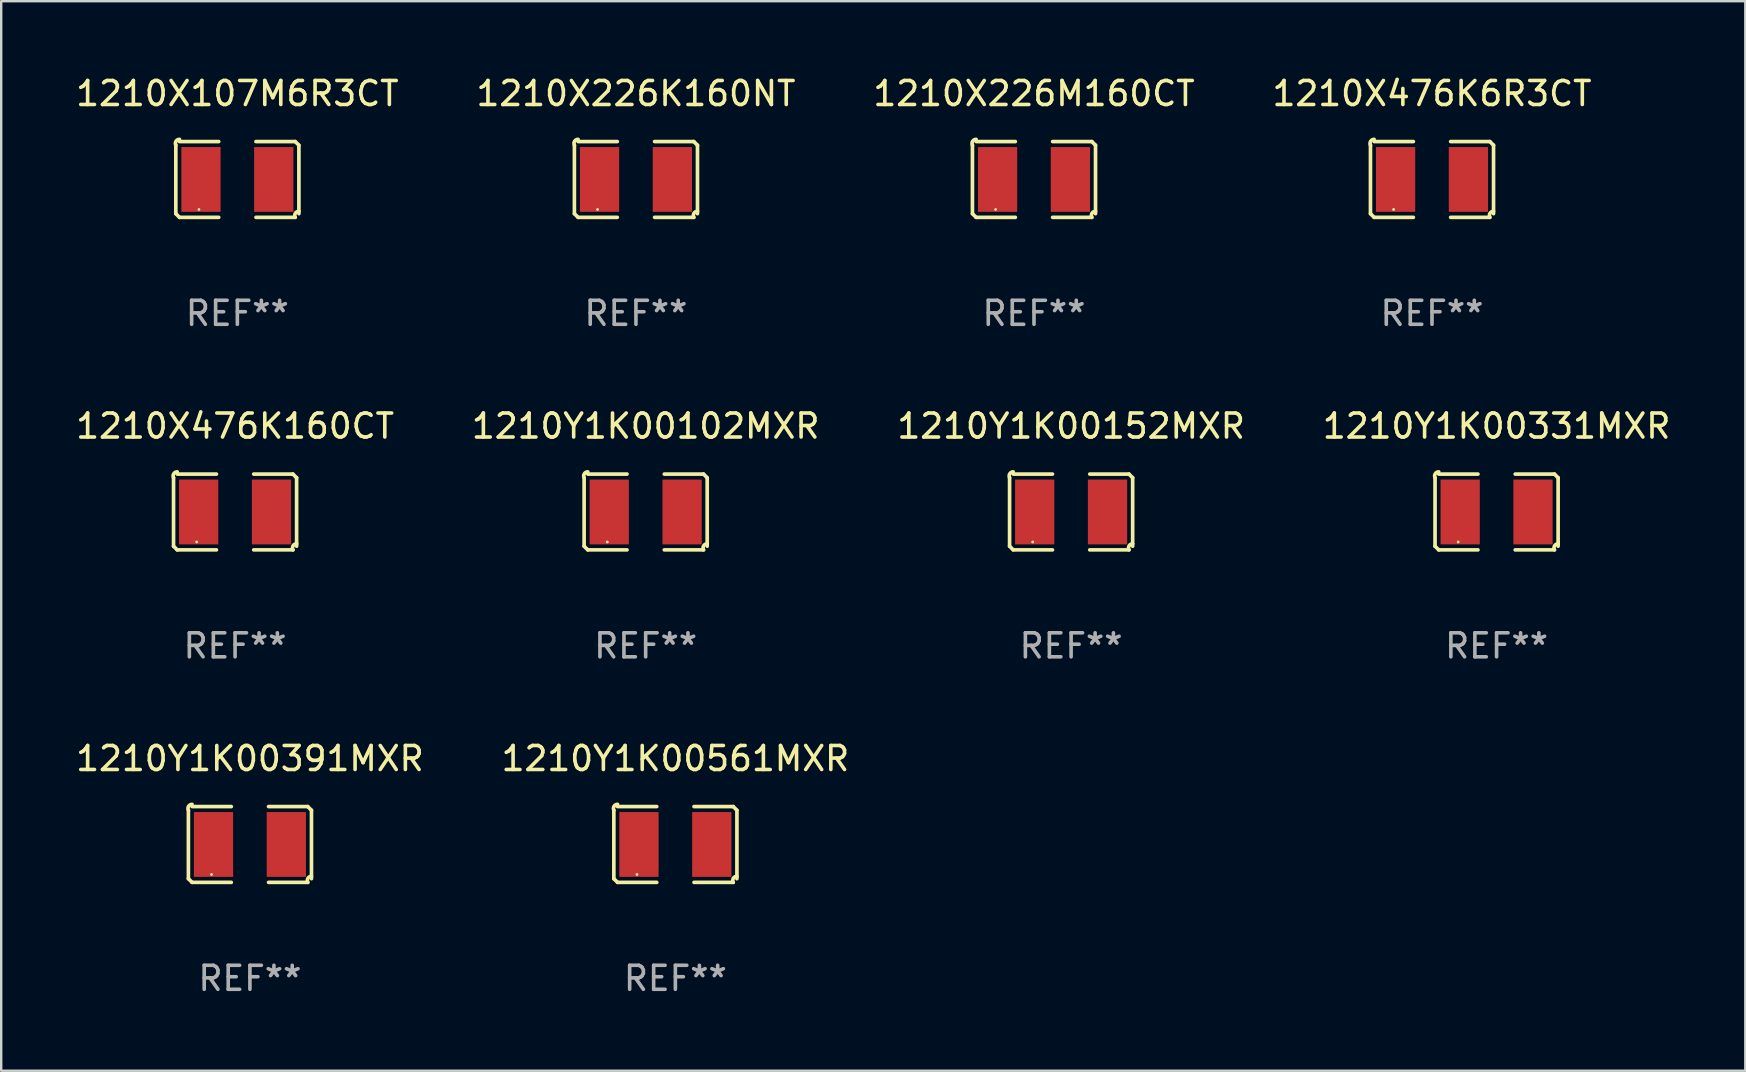
<source format=kicad_pcb>
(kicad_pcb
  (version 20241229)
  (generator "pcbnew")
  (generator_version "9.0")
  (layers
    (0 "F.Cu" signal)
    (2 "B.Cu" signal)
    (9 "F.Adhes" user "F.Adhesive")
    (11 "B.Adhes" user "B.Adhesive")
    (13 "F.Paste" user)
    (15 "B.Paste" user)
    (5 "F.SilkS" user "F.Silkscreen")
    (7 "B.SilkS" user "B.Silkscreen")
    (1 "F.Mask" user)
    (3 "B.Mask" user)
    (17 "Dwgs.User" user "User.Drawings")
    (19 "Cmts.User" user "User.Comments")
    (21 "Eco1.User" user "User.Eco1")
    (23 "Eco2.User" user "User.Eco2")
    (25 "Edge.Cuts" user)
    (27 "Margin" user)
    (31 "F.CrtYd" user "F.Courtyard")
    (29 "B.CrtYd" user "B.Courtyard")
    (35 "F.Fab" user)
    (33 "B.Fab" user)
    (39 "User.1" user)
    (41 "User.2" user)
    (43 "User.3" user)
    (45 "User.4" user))
  (footprint "1210X476K6R3CT"
    (layer "F.Cu")
    (at 56.613 4.427)
    (property "Reference" "1210X476K6R3CT" (at 0 -3.579 0) (layer "F.SilkS") (effects (font (size 1 1) (thickness 0.15))))
    (attr through_hole)
    (fp_line (start -2.564 1.426) (end -2.564 -1.426) (stroke (width 0.152) (type solid)) (layer "F.SilkS"))
    (fp_line (start -2.411 -1.579) (end -0.776 -1.579) (stroke (width 0.152) (type solid)) (layer "F.SilkS"))
    (fp_line (start -0.776 1.579) (end -2.411 1.579) (stroke (width 0.152) (type solid)) (layer "F.SilkS"))
    (fp_line (start 0.776 1.579) (end 2.411 1.579) (stroke (width 0.152) (type solid)) (layer "F.SilkS"))
    (fp_line (start 2.411 -1.579) (end 0.776 -1.579) (stroke (width 0.152) (type solid)) (layer "F.SilkS"))
    (fp_line (start 2.564 1.426) (end 2.564 -1.426) (stroke (width 0.152) (type solid)) (layer "F.SilkS"))
    (fp_arc (start -2.563602 -1.426213) (mid -2.555597 -1.591233) (end -2.411201 -1.671518) (stroke (width 0.1524) (type solid)) (layer "F.SilkS"))
    (fp_arc (start -2.5636 1.426214) (mid -2.487389 1.502402) (end -2.411201 1.578613) (stroke (width 0.1524) (type solid)) (layer "F.SilkS"))
    (fp_arc (start 2.411197 -1.578618) (mid 2.487403 -1.502419) (end 2.563602 -1.426213) (stroke (width 0.1524) (type solid)) (layer "F.SilkS"))
    (fp_arc (start 2.411201 1.578613) (mid 2.416214 1.409455) (end 2.563602 1.32629) (stroke (width 0.1524) (type solid)) (layer "F.SilkS"))
    (fp_circle (center -1.6 1.25) (end -1.57 1.25) (stroke (width 0.06) (type solid)) (fill no) (layer "F.SilkS"))
    (fp_text user "REF**" (at 0 5.579 0) (layer "F.Fab") (effects (font (size 1 1) (thickness 0.15))))
    (pad "1" smd rect (at -1.517 0) (size 1.635 2.7) (layers "F.Cu" "F.Mask" "F.Paste"))
    (pad "2" smd rect (at 1.517 0) (size 1.635 2.7) (layers "F.Cu" "F.Mask" "F.Paste")))
  (footprint "1210Y1K00561MXR"
    (layer "F.Cu")
    (at 25.089 32.134)
    (property "Reference" "1210Y1K00561MXR" (at 0 -3.579 0) (layer "F.SilkS") (effects (font (size 1 1) (thickness 0.15))))
    (attr through_hole)
    (fp_line (start -2.564 1.426) (end -2.564 -1.426) (stroke (width 0.152) (type solid)) (layer "F.SilkS"))
    (fp_line (start -2.411 -1.579) (end -0.776 -1.579) (stroke (width 0.152) (type solid)) (layer "F.SilkS"))
    (fp_line (start -0.776 1.579) (end -2.411 1.579) (stroke (width 0.152) (type solid)) (layer "F.SilkS"))
    (fp_line (start 0.776 1.579) (end 2.411 1.579) (stroke (width 0.152) (type solid)) (layer "F.SilkS"))
    (fp_line (start 2.411 -1.579) (end 0.776 -1.579) (stroke (width 0.152) (type solid)) (layer "F.SilkS"))
    (fp_line (start 2.564 1.426) (end 2.564 -1.426) (stroke (width 0.152) (type solid)) (layer "F.SilkS"))
    (fp_arc (start -2.563602 -1.426213) (mid -2.555597 -1.591233) (end -2.411201 -1.671518) (stroke (width 0.1524) (type solid)) (layer "F.SilkS"))
    (fp_arc (start -2.5636 1.426214) (mid -2.487389 1.502402) (end -2.411201 1.578613) (stroke (width 0.1524) (type solid)) (layer "F.SilkS"))
    (fp_arc (start 2.411197 -1.578618) (mid 2.487403 -1.502419) (end 2.563602 -1.426213) (stroke (width 0.1524) (type solid)) (layer "F.SilkS"))
    (fp_arc (start 2.411201 1.578613) (mid 2.416214 1.409455) (end 2.563602 1.32629) (stroke (width 0.1524) (type solid)) (layer "F.SilkS"))
    (fp_circle (center -1.6 1.25) (end -1.57 1.25) (stroke (width 0.06) (type solid)) (fill no) (layer "F.SilkS"))
    (fp_text user "REF**" (at 0 5.579 0) (layer "F.Fab") (effects (font (size 1 1) (thickness 0.15))))
    (pad "1" smd rect (at -1.517 0) (size 1.635 2.7) (layers "F.Cu" "F.Mask" "F.Paste"))
    (pad "2" smd rect (at 1.517 0) (size 1.635 2.7) (layers "F.Cu" "F.Mask" "F.Paste")))
  (footprint "1210Y1K00331MXR"
    (layer "F.Cu")
    (at 59.304 18.281)
    (property "Reference" "1210Y1K00331MXR" (at 0 -3.579 0) (layer "F.SilkS") (effects (font (size 1 1) (thickness 0.15))))
    (attr through_hole)
    (fp_line (start -2.564 1.426) (end -2.564 -1.426) (stroke (width 0.152) (type solid)) (layer "F.SilkS"))
    (fp_line (start -2.411 -1.579) (end -0.776 -1.579) (stroke (width 0.152) (type solid)) (layer "F.SilkS"))
    (fp_line (start -0.776 1.579) (end -2.411 1.579) (stroke (width 0.152) (type solid)) (layer "F.SilkS"))
    (fp_line (start 0.776 1.579) (end 2.411 1.579) (stroke (width 0.152) (type solid)) (layer "F.SilkS"))
    (fp_line (start 2.411 -1.579) (end 0.776 -1.579) (stroke (width 0.152) (type solid)) (layer "F.SilkS"))
    (fp_line (start 2.564 1.426) (end 2.564 -1.426) (stroke (width 0.152) (type solid)) (layer "F.SilkS"))
    (fp_arc (start -2.563602 -1.426213) (mid -2.555597 -1.591233) (end -2.411201 -1.671518) (stroke (width 0.1524) (type solid)) (layer "F.SilkS"))
    (fp_arc (start -2.5636 1.426214) (mid -2.487389 1.502402) (end -2.411201 1.578613) (stroke (width 0.1524) (type solid)) (layer "F.SilkS"))
    (fp_arc (start 2.411197 -1.578618) (mid 2.487403 -1.502419) (end 2.563602 -1.426213) (stroke (width 0.1524) (type solid)) (layer "F.SilkS"))
    (fp_arc (start 2.411201 1.578613) (mid 2.416214 1.409455) (end 2.563602 1.32629) (stroke (width 0.1524) (type solid)) (layer "F.SilkS"))
    (fp_circle (center -1.6 1.25) (end -1.57 1.25) (stroke (width 0.06) (type solid)) (fill no) (layer "F.SilkS"))
    (fp_text user "REF**" (at 0 5.579 0) (layer "F.Fab") (effects (font (size 1 1) (thickness 0.15))))
    (pad "1" smd rect (at -1.517 0) (size 1.635 2.7) (layers "F.Cu" "F.Mask" "F.Paste"))
    (pad "2" smd rect (at 1.517 0) (size 1.635 2.7) (layers "F.Cu" "F.Mask" "F.Paste")))
  (footprint "1210Y1K00391MXR"
    (layer "F.Cu")
    (at 7.363 32.134)
    (property "Reference" "1210Y1K00391MXR" (at 0 -3.579 0) (layer "F.SilkS") (effects (font (size 1 1) (thickness 0.15))))
    (attr through_hole)
    (fp_line (start -2.564 1.426) (end -2.564 -1.426) (stroke (width 0.152) (type solid)) (layer "F.SilkS"))
    (fp_line (start -2.411 -1.579) (end -0.776 -1.579) (stroke (width 0.152) (type solid)) (layer "F.SilkS"))
    (fp_line (start -0.776 1.579) (end -2.411 1.579) (stroke (width 0.152) (type solid)) (layer "F.SilkS"))
    (fp_line (start 0.776 1.579) (end 2.411 1.579) (stroke (width 0.152) (type solid)) (layer "F.SilkS"))
    (fp_line (start 2.411 -1.579) (end 0.776 -1.579) (stroke (width 0.152) (type solid)) (layer "F.SilkS"))
    (fp_line (start 2.564 1.426) (end 2.564 -1.426) (stroke (width 0.152) (type solid)) (layer "F.SilkS"))
    (fp_arc (start -2.563602 -1.426213) (mid -2.555597 -1.591233) (end -2.411201 -1.671518) (stroke (width 0.1524) (type solid)) (layer "F.SilkS"))
    (fp_arc (start -2.5636 1.426214) (mid -2.487389 1.502402) (end -2.411201 1.578613) (stroke (width 0.1524) (type solid)) (layer "F.SilkS"))
    (fp_arc (start 2.411197 -1.578618) (mid 2.487403 -1.502419) (end 2.563602 -1.426213) (stroke (width 0.1524) (type solid)) (layer "F.SilkS"))
    (fp_arc (start 2.411201 1.578613) (mid 2.416214 1.409455) (end 2.563602 1.32629) (stroke (width 0.1524) (type solid)) (layer "F.SilkS"))
    (fp_circle (center -1.6 1.25) (end -1.57 1.25) (stroke (width 0.06) (type solid)) (fill no) (layer "F.SilkS"))
    (fp_text user "REF**" (at 0 5.579 0) (layer "F.Fab") (effects (font (size 1 1) (thickness 0.15))))
    (pad "1" smd rect (at -1.517 0) (size 1.635 2.7) (layers "F.Cu" "F.Mask" "F.Paste"))
    (pad "2" smd rect (at 1.517 0) (size 1.635 2.7) (layers "F.Cu" "F.Mask" "F.Paste")))
  (footprint "1210Y1K00102MXR"
    (layer "F.Cu")
    (at 23.851 18.281)
    (property "Reference" "1210Y1K00102MXR" (at 0 -3.579 0) (layer "F.SilkS") (effects (font (size 1 1) (thickness 0.15))))
    (attr through_hole)
    (fp_line (start -2.564 1.426) (end -2.564 -1.426) (stroke (width 0.152) (type solid)) (layer "F.SilkS"))
    (fp_line (start -2.411 -1.579) (end -0.776 -1.579) (stroke (width 0.152) (type solid)) (layer "F.SilkS"))
    (fp_line (start -0.776 1.579) (end -2.411 1.579) (stroke (width 0.152) (type solid)) (layer "F.SilkS"))
    (fp_line (start 0.776 1.579) (end 2.411 1.579) (stroke (width 0.152) (type solid)) (layer "F.SilkS"))
    (fp_line (start 2.411 -1.579) (end 0.776 -1.579) (stroke (width 0.152) (type solid)) (layer "F.SilkS"))
    (fp_line (start 2.564 1.426) (end 2.564 -1.426) (stroke (width 0.152) (type solid)) (layer "F.SilkS"))
    (fp_arc (start -2.563602 -1.426213) (mid -2.555597 -1.591233) (end -2.411201 -1.671518) (stroke (width 0.1524) (type solid)) (layer "F.SilkS"))
    (fp_arc (start -2.5636 1.426214) (mid -2.487389 1.502402) (end -2.411201 1.578613) (stroke (width 0.1524) (type solid)) (layer "F.SilkS"))
    (fp_arc (start 2.411197 -1.578618) (mid 2.487403 -1.502419) (end 2.563602 -1.426213) (stroke (width 0.1524) (type solid)) (layer "F.SilkS"))
    (fp_arc (start 2.411201 1.578613) (mid 2.416214 1.409455) (end 2.563602 1.32629) (stroke (width 0.1524) (type solid)) (layer "F.SilkS"))
    (fp_circle (center -1.6 1.25) (end -1.57 1.25) (stroke (width 0.06) (type solid)) (fill no) (layer "F.SilkS"))
    (fp_text user "REF**" (at 0 5.579 0) (layer "F.Fab") (effects (font (size 1 1) (thickness 0.15))))
    (pad "1" smd rect (at -1.517 0) (size 1.635 2.7) (layers "F.Cu" "F.Mask" "F.Paste"))
    (pad "2" smd rect (at 1.517 0) (size 1.635 2.7) (layers "F.Cu" "F.Mask" "F.Paste")))
  (footprint "1210X476K160CT"
    (layer "F.Cu")
    (at 6.744 18.281)
    (property "Reference" "1210X476K160CT" (at 0 -3.579 0) (layer "F.SilkS") (effects (font (size 1 1) (thickness 0.15))))
    (attr through_hole)
    (fp_line (start -2.564 1.426) (end -2.564 -1.426) (stroke (width 0.152) (type solid)) (layer "F.SilkS"))
    (fp_line (start -2.411 -1.579) (end -0.776 -1.579) (stroke (width 0.152) (type solid)) (layer "F.SilkS"))
    (fp_line (start -0.776 1.579) (end -2.411 1.579) (stroke (width 0.152) (type solid)) (layer "F.SilkS"))
    (fp_line (start 0.776 1.579) (end 2.411 1.579) (stroke (width 0.152) (type solid)) (layer "F.SilkS"))
    (fp_line (start 2.411 -1.579) (end 0.776 -1.579) (stroke (width 0.152) (type solid)) (layer "F.SilkS"))
    (fp_line (start 2.564 1.426) (end 2.564 -1.426) (stroke (width 0.152) (type solid)) (layer "F.SilkS"))
    (fp_arc (start -2.563602 -1.426213) (mid -2.555597 -1.591233) (end -2.411201 -1.671518) (stroke (width 0.1524) (type solid)) (layer "F.SilkS"))
    (fp_arc (start -2.5636 1.426214) (mid -2.487389 1.502402) (end -2.411201 1.578613) (stroke (width 0.1524) (type solid)) (layer "F.SilkS"))
    (fp_arc (start 2.411197 -1.578618) (mid 2.487403 -1.502419) (end 2.563602 -1.426213) (stroke (width 0.1524) (type solid)) (layer "F.SilkS"))
    (fp_arc (start 2.411201 1.578613) (mid 2.416214 1.409455) (end 2.563602 1.32629) (stroke (width 0.1524) (type solid)) (layer "F.SilkS"))
    (fp_circle (center -1.6 1.25) (end -1.57 1.25) (stroke (width 0.06) (type solid)) (fill no) (layer "F.SilkS"))
    (fp_text user "REF**" (at 0 5.579 0) (layer "F.Fab") (effects (font (size 1 1) (thickness 0.15))))
    (pad "1" smd rect (at -1.517 0) (size 1.635 2.7) (layers "F.Cu" "F.Mask" "F.Paste"))
    (pad "2" smd rect (at 1.517 0) (size 1.635 2.7) (layers "F.Cu" "F.Mask" "F.Paste")))
  (footprint "1210X107M6R3CT"
    (layer "F.Cu")
    (at 6.839 4.427)
    (property "Reference" "1210X107M6R3CT" (at 0 -3.579 0) (layer "F.SilkS") (effects (font (size 1 1) (thickness 0.15))))
    (attr through_hole)
    (fp_line (start -2.564 1.426) (end -2.564 -1.426) (stroke (width 0.152) (type solid)) (layer "F.SilkS"))
    (fp_line (start -2.411 -1.579) (end -0.776 -1.579) (stroke (width 0.152) (type solid)) (layer "F.SilkS"))
    (fp_line (start -0.776 1.579) (end -2.411 1.579) (stroke (width 0.152) (type solid)) (layer "F.SilkS"))
    (fp_line (start 0.776 1.579) (end 2.411 1.579) (stroke (width 0.152) (type solid)) (layer "F.SilkS"))
    (fp_line (start 2.411 -1.579) (end 0.776 -1.579) (stroke (width 0.152) (type solid)) (layer "F.SilkS"))
    (fp_line (start 2.564 1.426) (end 2.564 -1.426) (stroke (width 0.152) (type solid)) (layer "F.SilkS"))
    (fp_arc (start -2.563602 -1.426213) (mid -2.555597 -1.591233) (end -2.411201 -1.671518) (stroke (width 0.1524) (type solid)) (layer "F.SilkS"))
    (fp_arc (start -2.5636 1.426214) (mid -2.487389 1.502402) (end -2.411201 1.578613) (stroke (width 0.1524) (type solid)) (layer "F.SilkS"))
    (fp_arc (start 2.411197 -1.578618) (mid 2.487403 -1.502419) (end 2.563602 -1.426213) (stroke (width 0.1524) (type solid)) (layer "F.SilkS"))
    (fp_arc (start 2.411201 1.578613) (mid 2.416214 1.409455) (end 2.563602 1.32629) (stroke (width 0.1524) (type solid)) (layer "F.SilkS"))
    (fp_circle (center -1.6 1.25) (end -1.57 1.25) (stroke (width 0.06) (type solid)) (fill no) (layer "F.SilkS"))
    (fp_text user "REF**" (at 0 5.579 0) (layer "F.Fab") (effects (font (size 1 1) (thickness 0.15))))
    (pad "1" smd rect (at -1.517 0) (size 1.635 2.7) (layers "F.Cu" "F.Mask" "F.Paste"))
    (pad "2" smd rect (at 1.517 0) (size 1.635 2.7) (layers "F.Cu" "F.Mask" "F.Paste")))
  (footprint "1210X226K160NT"
    (layer "F.Cu")
    (at 23.446 4.427)
    (property "Reference" "1210X226K160NT" (at 0 -3.579 0) (layer "F.SilkS") (effects (font (size 1 1) (thickness 0.15))))
    (attr through_hole)
    (fp_line (start -2.564 1.426) (end -2.564 -1.426) (stroke (width 0.152) (type solid)) (layer "F.SilkS"))
    (fp_line (start -2.411 -1.579) (end -0.776 -1.579) (stroke (width 0.152) (type solid)) (layer "F.SilkS"))
    (fp_line (start -0.776 1.579) (end -2.411 1.579) (stroke (width 0.152) (type solid)) (layer "F.SilkS"))
    (fp_line (start 0.776 1.579) (end 2.411 1.579) (stroke (width 0.152) (type solid)) (layer "F.SilkS"))
    (fp_line (start 2.411 -1.579) (end 0.776 -1.579) (stroke (width 0.152) (type solid)) (layer "F.SilkS"))
    (fp_line (start 2.564 1.426) (end 2.564 -1.426) (stroke (width 0.152) (type solid)) (layer "F.SilkS"))
    (fp_arc (start -2.563602 -1.426213) (mid -2.555597 -1.591233) (end -2.411201 -1.671518) (stroke (width 0.1524) (type solid)) (layer "F.SilkS"))
    (fp_arc (start -2.5636 1.426214) (mid -2.487389 1.502402) (end -2.411201 1.578613) (stroke (width 0.1524) (type solid)) (layer "F.SilkS"))
    (fp_arc (start 2.411197 -1.578618) (mid 2.487403 -1.502419) (end 2.563602 -1.426213) (stroke (width 0.1524) (type solid)) (layer "F.SilkS"))
    (fp_arc (start 2.411201 1.578613) (mid 2.416214 1.409455) (end 2.563602 1.32629) (stroke (width 0.1524) (type solid)) (layer "F.SilkS"))
    (fp_circle (center -1.6 1.25) (end -1.57 1.25) (stroke (width 0.06) (type solid)) (fill no) (layer "F.SilkS"))
    (fp_text user "REF**" (at 0 5.579 0) (layer "F.Fab") (effects (font (size 1 1) (thickness 0.15))))
    (pad "1" smd rect (at -1.517 0) (size 1.635 2.7) (layers "F.Cu" "F.Mask" "F.Paste"))
    (pad "2" smd rect (at 1.517 0) (size 1.635 2.7) (layers "F.Cu" "F.Mask" "F.Paste")))
  (footprint "1210Y1K00152MXR"
    (layer "F.Cu")
    (at 41.577 18.281)
    (property "Reference" "1210Y1K00152MXR" (at 0 -3.579 0) (layer "F.SilkS") (effects (font (size 1 1) (thickness 0.15))))
    (attr through_hole)
    (fp_line (start -2.564 1.426) (end -2.564 -1.426) (stroke (width 0.152) (type solid)) (layer "F.SilkS"))
    (fp_line (start -2.411 -1.579) (end -0.776 -1.579) (stroke (width 0.152) (type solid)) (layer "F.SilkS"))
    (fp_line (start -0.776 1.579) (end -2.411 1.579) (stroke (width 0.152) (type solid)) (layer "F.SilkS"))
    (fp_line (start 0.776 1.579) (end 2.411 1.579) (stroke (width 0.152) (type solid)) (layer "F.SilkS"))
    (fp_line (start 2.411 -1.579) (end 0.776 -1.579) (stroke (width 0.152) (type solid)) (layer "F.SilkS"))
    (fp_line (start 2.564 1.426) (end 2.564 -1.426) (stroke (width 0.152) (type solid)) (layer "F.SilkS"))
    (fp_arc (start -2.563602 -1.426213) (mid -2.555597 -1.591233) (end -2.411201 -1.671518) (stroke (width 0.1524) (type solid)) (layer "F.SilkS"))
    (fp_arc (start -2.5636 1.426214) (mid -2.487389 1.502402) (end -2.411201 1.578613) (stroke (width 0.1524) (type solid)) (layer "F.SilkS"))
    (fp_arc (start 2.411197 -1.578618) (mid 2.487403 -1.502419) (end 2.563602 -1.426213) (stroke (width 0.1524) (type solid)) (layer "F.SilkS"))
    (fp_arc (start 2.411201 1.578613) (mid 2.416214 1.409455) (end 2.563602 1.32629) (stroke (width 0.1524) (type solid)) (layer "F.SilkS"))
    (fp_circle (center -1.6 1.25) (end -1.57 1.25) (stroke (width 0.06) (type solid)) (fill no) (layer "F.SilkS"))
    (fp_text user "REF**" (at 0 5.579 0) (layer "F.Fab") (effects (font (size 1 1) (thickness 0.15))))
    (pad "1" smd rect (at -1.517 0) (size 1.635 2.7) (layers "F.Cu" "F.Mask" "F.Paste"))
    (pad "2" smd rect (at 1.517 0) (size 1.635 2.7) (layers "F.Cu" "F.Mask" "F.Paste")))
  (footprint "1210X226M160CT"
    (layer "F.Cu")
    (at 40.03 4.427)
    (property "Reference" "1210X226M160CT" (at 0 -3.579 0) (layer "F.SilkS") (effects (font (size 1 1) (thickness 0.15))))
    (attr through_hole)
    (fp_line (start -2.564 1.426) (end -2.564 -1.426) (stroke (width 0.152) (type solid)) (layer "F.SilkS"))
    (fp_line (start -2.411 -1.579) (end -0.776 -1.579) (stroke (width 0.152) (type solid)) (layer "F.SilkS"))
    (fp_line (start -0.776 1.579) (end -2.411 1.579) (stroke (width 0.152) (type solid)) (layer "F.SilkS"))
    (fp_line (start 0.776 1.579) (end 2.411 1.579) (stroke (width 0.152) (type solid)) (layer "F.SilkS"))
    (fp_line (start 2.411 -1.579) (end 0.776 -1.579) (stroke (width 0.152) (type solid)) (layer "F.SilkS"))
    (fp_line (start 2.564 1.426) (end 2.564 -1.426) (stroke (width 0.152) (type solid)) (layer "F.SilkS"))
    (fp_arc (start -2.563602 -1.426213) (mid -2.555597 -1.591233) (end -2.411201 -1.671518) (stroke (width 0.1524) (type solid)) (layer "F.SilkS"))
    (fp_arc (start -2.5636 1.426214) (mid -2.487389 1.502402) (end -2.411201 1.578613) (stroke (width 0.1524) (type solid)) (layer "F.SilkS"))
    (fp_arc (start 2.411197 -1.578618) (mid 2.487403 -1.502419) (end 2.563602 -1.426213) (stroke (width 0.1524) (type solid)) (layer "F.SilkS"))
    (fp_arc (start 2.411201 1.578613) (mid 2.416214 1.409455) (end 2.563602 1.32629) (stroke (width 0.1524) (type solid)) (layer "F.SilkS"))
    (fp_circle (center -1.6 1.25) (end -1.57 1.25) (stroke (width 0.06) (type solid)) (fill no) (layer "F.SilkS"))
    (fp_text user "REF**" (at 0 5.579 0) (layer "F.Fab") (effects (font (size 1 1) (thickness 0.15))))
    (pad "1" smd rect (at -1.517 0) (size 1.635 2.7) (layers "F.Cu" "F.Mask" "F.Paste"))
    (pad "2" smd rect (at 1.517 0) (size 1.635 2.7) (layers "F.Cu" "F.Mask" "F.Paste")))
  (gr_rect
    (start -3 -3)
    (end 69.667 41.561)
    (stroke (width 0.1) (type default))
    (fill no)
    (layer "Edge.Cuts")))
</source>
